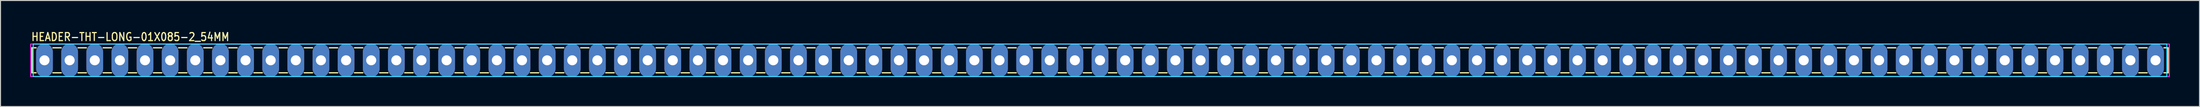
<source format=kicad_pcb>
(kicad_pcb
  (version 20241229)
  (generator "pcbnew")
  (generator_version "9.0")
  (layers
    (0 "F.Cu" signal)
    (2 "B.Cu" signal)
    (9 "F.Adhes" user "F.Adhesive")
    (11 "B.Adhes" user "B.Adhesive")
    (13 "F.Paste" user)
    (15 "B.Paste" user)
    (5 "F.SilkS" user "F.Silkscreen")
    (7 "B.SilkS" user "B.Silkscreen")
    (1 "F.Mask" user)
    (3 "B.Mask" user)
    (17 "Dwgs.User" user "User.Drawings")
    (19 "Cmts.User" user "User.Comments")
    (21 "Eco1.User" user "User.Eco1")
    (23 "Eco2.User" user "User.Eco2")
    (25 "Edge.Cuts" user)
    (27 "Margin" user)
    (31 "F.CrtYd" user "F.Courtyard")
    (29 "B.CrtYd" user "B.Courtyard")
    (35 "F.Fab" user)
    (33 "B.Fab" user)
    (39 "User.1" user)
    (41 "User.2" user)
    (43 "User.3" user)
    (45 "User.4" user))
  (footprint "HEADER-THT-LONG-01X085-2_54MM"
    (layer "F.Cu")
    (at 1.447 3.079)
    (property "Reference" "HEADER-THT-LONG-01X085-2_54MM" (at -1.4 -1.9 0) (unlocked yes) (layer "F.SilkS") (effects (font (size 0.813 0.695) (thickness 0.122)) (justify left bottom)))
    (fp_line (start -1.27 -1.27) (end -1.27 1.27) (stroke (width 0.127) (type solid)) (layer "F.SilkS"))
    (fp_line (start -1.27 1.27) (end -0.85 1.27) (stroke (width 0.127) (type solid)) (layer "F.SilkS"))
    (fp_line (start -0.85 -1.27) (end -1.27 -1.27) (stroke (width 0.127) (type solid)) (layer "F.SilkS"))
    (fp_line (start 0.85 -1.27) (end 1.69 -1.27) (stroke (width 0.127) (type solid)) (layer "F.SilkS"))
    (fp_line (start 0.85 1.27) (end 1.69 1.27) (stroke (width 0.127) (type solid)) (layer "F.SilkS"))
    (fp_line (start 3.39 -1.27) (end 4.23 -1.27) (stroke (width 0.127) (type solid)) (layer "F.SilkS"))
    (fp_line (start 3.39 1.27) (end 4.23 1.27) (stroke (width 0.127) (type solid)) (layer "F.SilkS"))
    (fp_line (start 5.93 -1.27) (end 6.77 -1.27) (stroke (width 0.127) (type solid)) (layer "F.SilkS"))
    (fp_line (start 5.93 1.27) (end 6.77 1.27) (stroke (width 0.127) (type solid)) (layer "F.SilkS"))
    (fp_line (start 8.47 -1.27) (end 9.31 -1.27) (stroke (width 0.127) (type solid)) (layer "F.SilkS"))
    (fp_line (start 8.47 1.27) (end 9.31 1.27) (stroke (width 0.127) (type solid)) (layer "F.SilkS"))
    (fp_line (start 11.01 -1.27) (end 11.85 -1.27) (stroke (width 0.127) (type solid)) (layer "F.SilkS"))
    (fp_line (start 11.01 1.27) (end 11.85 1.27) (stroke (width 0.127) (type solid)) (layer "F.SilkS"))
    (fp_line (start 13.55 -1.27) (end 14.39 -1.27) (stroke (width 0.127) (type solid)) (layer "F.SilkS"))
    (fp_line (start 13.55 1.27) (end 14.39 1.27) (stroke (width 0.127) (type solid)) (layer "F.SilkS"))
    (fp_line (start 16.09 -1.27) (end 16.93 -1.27) (stroke (width 0.127) (type solid)) (layer "F.SilkS"))
    (fp_line (start 16.09 1.27) (end 16.93 1.27) (stroke (width 0.127) (type solid)) (layer "F.SilkS"))
    (fp_line (start 18.63 -1.27) (end 19.47 -1.27) (stroke (width 0.127) (type solid)) (layer "F.SilkS"))
    (fp_line (start 18.63 1.27) (end 19.47 1.27) (stroke (width 0.127) (type solid)) (layer "F.SilkS"))
    (fp_line (start 21.17 -1.27) (end 22.01 -1.27) (stroke (width 0.127) (type solid)) (layer "F.SilkS"))
    (fp_line (start 21.17 1.27) (end 22.01 1.27) (stroke (width 0.127) (type solid)) (layer "F.SilkS"))
    (fp_line (start 23.71 -1.27) (end 24.55 -1.27) (stroke (width 0.127) (type solid)) (layer "F.SilkS"))
    (fp_line (start 23.71 1.27) (end 24.55 1.27) (stroke (width 0.127) (type solid)) (layer "F.SilkS"))
    (fp_line (start 26.25 -1.27) (end 27.09 -1.27) (stroke (width 0.127) (type solid)) (layer "F.SilkS"))
    (fp_line (start 26.25 1.27) (end 27.09 1.27) (stroke (width 0.127) (type solid)) (layer "F.SilkS"))
    (fp_line (start 28.79 -1.27) (end 29.63 -1.27) (stroke (width 0.127) (type solid)) (layer "F.SilkS"))
    (fp_line (start 28.79 1.27) (end 29.63 1.27) (stroke (width 0.127) (type solid)) (layer "F.SilkS"))
    (fp_line (start 31.33 -1.27) (end 32.17 -1.27) (stroke (width 0.127) (type solid)) (layer "F.SilkS"))
    (fp_line (start 31.33 1.27) (end 32.17 1.27) (stroke (width 0.127) (type solid)) (layer "F.SilkS"))
    (fp_line (start 33.87 -1.27) (end 34.71 -1.27) (stroke (width 0.127) (type solid)) (layer "F.SilkS"))
    (fp_line (start 33.87 1.27) (end 34.71 1.27) (stroke (width 0.127) (type solid)) (layer "F.SilkS"))
    (fp_line (start 36.41 -1.27) (end 37.25 -1.27) (stroke (width 0.127) (type solid)) (layer "F.SilkS"))
    (fp_line (start 36.41 1.27) (end 37.25 1.27) (stroke (width 0.127) (type solid)) (layer "F.SilkS"))
    (fp_line (start 38.95 -1.27) (end 39.79 -1.27) (stroke (width 0.127) (type solid)) (layer "F.SilkS"))
    (fp_line (start 38.95 1.27) (end 39.79 1.27) (stroke (width 0.127) (type solid)) (layer "F.SilkS"))
    (fp_line (start 41.49 -1.27) (end 42.33 -1.27) (stroke (width 0.127) (type solid)) (layer "F.SilkS"))
    (fp_line (start 41.49 1.27) (end 42.33 1.27) (stroke (width 0.127) (type solid)) (layer "F.SilkS"))
    (fp_line (start 44.03 -1.27) (end 44.87 -1.27) (stroke (width 0.127) (type solid)) (layer "F.SilkS"))
    (fp_line (start 44.03 1.27) (end 44.87 1.27) (stroke (width 0.127) (type solid)) (layer "F.SilkS"))
    (fp_line (start 46.57 -1.27) (end 47.41 -1.27) (stroke (width 0.127) (type solid)) (layer "F.SilkS"))
    (fp_line (start 46.57 1.27) (end 47.41 1.27) (stroke (width 0.127) (type solid)) (layer "F.SilkS"))
    (fp_line (start 49.11 -1.27) (end 49.95 -1.27) (stroke (width 0.127) (type solid)) (layer "F.SilkS"))
    (fp_line (start 49.11 1.27) (end 49.95 1.27) (stroke (width 0.127) (type solid)) (layer "F.SilkS"))
    (fp_line (start 51.65 -1.27) (end 52.49 -1.27) (stroke (width 0.127) (type solid)) (layer "F.SilkS"))
    (fp_line (start 51.65 1.27) (end 52.49 1.27) (stroke (width 0.127) (type solid)) (layer "F.SilkS"))
    (fp_line (start 54.19 -1.27) (end 55.03 -1.27) (stroke (width 0.127) (type solid)) (layer "F.SilkS"))
    (fp_line (start 54.19 1.27) (end 55.03 1.27) (stroke (width 0.127) (type solid)) (layer "F.SilkS"))
    (fp_line (start 56.73 -1.27) (end 57.57 -1.27) (stroke (width 0.127) (type solid)) (layer "F.SilkS"))
    (fp_line (start 56.73 1.27) (end 57.57 1.27) (stroke (width 0.127) (type solid)) (layer "F.SilkS"))
    (fp_line (start 59.27 -1.27) (end 60.11 -1.27) (stroke (width 0.127) (type solid)) (layer "F.SilkS"))
    (fp_line (start 59.27 1.27) (end 60.11 1.27) (stroke (width 0.127) (type solid)) (layer "F.SilkS"))
    (fp_line (start 61.81 -1.27) (end 62.65 -1.27) (stroke (width 0.127) (type solid)) (layer "F.SilkS"))
    (fp_line (start 61.81 1.27) (end 62.65 1.27) (stroke (width 0.127) (type solid)) (layer "F.SilkS"))
    (fp_line (start 64.35 -1.27) (end 65.19 -1.27) (stroke (width 0.127) (type solid)) (layer "F.SilkS"))
    (fp_line (start 64.35 1.27) (end 65.19 1.27) (stroke (width 0.127) (type solid)) (layer "F.SilkS"))
    (fp_line (start 66.89 -1.27) (end 67.73 -1.27) (stroke (width 0.127) (type solid)) (layer "F.SilkS"))
    (fp_line (start 66.89 1.27) (end 67.73 1.27) (stroke (width 0.127) (type solid)) (layer "F.SilkS"))
    (fp_line (start 69.43 -1.27) (end 70.27 -1.27) (stroke (width 0.127) (type solid)) (layer "F.SilkS"))
    (fp_line (start 69.43 1.27) (end 70.27 1.27) (stroke (width 0.127) (type solid)) (layer "F.SilkS"))
    (fp_line (start 71.97 -1.27) (end 72.81 -1.27) (stroke (width 0.127) (type solid)) (layer "F.SilkS"))
    (fp_line (start 71.97 1.27) (end 72.81 1.27) (stroke (width 0.127) (type solid)) (layer "F.SilkS"))
    (fp_line (start 74.51 -1.27) (end 75.35 -1.27) (stroke (width 0.127) (type solid)) (layer "F.SilkS"))
    (fp_line (start 74.51 1.27) (end 75.35 1.27) (stroke (width 0.127) (type solid)) (layer "F.SilkS"))
    (fp_line (start 77.05 -1.27) (end 77.89 -1.27) (stroke (width 0.127) (type solid)) (layer "F.SilkS"))
    (fp_line (start 77.05 1.27) (end 77.89 1.27) (stroke (width 0.127) (type solid)) (layer "F.SilkS"))
    (fp_line (start 79.59 -1.27) (end 80.43 -1.27) (stroke (width 0.127) (type solid)) (layer "F.SilkS"))
    (fp_line (start 79.59 1.27) (end 80.43 1.27) (stroke (width 0.127) (type solid)) (layer "F.SilkS"))
    (fp_line (start 82.13 -1.27) (end 82.97 -1.27) (stroke (width 0.127) (type solid)) (layer "F.SilkS"))
    (fp_line (start 82.13 1.27) (end 82.97 1.27) (stroke (width 0.127) (type solid)) (layer "F.SilkS"))
    (fp_line (start 84.67 -1.27) (end 85.51 -1.27) (stroke (width 0.127) (type solid)) (layer "F.SilkS"))
    (fp_line (start 84.67 1.27) (end 85.51 1.27) (stroke (width 0.127) (type solid)) (layer "F.SilkS"))
    (fp_line (start 87.21 -1.27) (end 88.05 -1.27) (stroke (width 0.127) (type solid)) (layer "F.SilkS"))
    (fp_line (start 87.21 1.27) (end 88.05 1.27) (stroke (width 0.127) (type solid)) (layer "F.SilkS"))
    (fp_line (start 89.75 -1.27) (end 90.59 -1.27) (stroke (width 0.127) (type solid)) (layer "F.SilkS"))
    (fp_line (start 89.75 1.27) (end 90.59 1.27) (stroke (width 0.127) (type solid)) (layer "F.SilkS"))
    (fp_line (start 92.29 -1.27) (end 93.13 -1.27) (stroke (width 0.127) (type solid)) (layer "F.SilkS"))
    (fp_line (start 92.29 1.27) (end 93.13 1.27) (stroke (width 0.127) (type solid)) (layer "F.SilkS"))
    (fp_line (start 94.83 -1.27) (end 95.67 -1.27) (stroke (width 0.127) (type solid)) (layer "F.SilkS"))
    (fp_line (start 94.83 1.27) (end 95.67 1.27) (stroke (width 0.127) (type solid)) (layer "F.SilkS"))
    (fp_line (start 97.37 -1.27) (end 98.21 -1.27) (stroke (width 0.127) (type solid)) (layer "F.SilkS"))
    (fp_line (start 97.37 1.27) (end 98.21 1.27) (stroke (width 0.127) (type solid)) (layer "F.SilkS"))
    (fp_line (start 99.91 -1.27) (end 100.75 -1.27) (stroke (width 0.127) (type solid)) (layer "F.SilkS"))
    (fp_line (start 99.91 1.27) (end 100.75 1.27) (stroke (width 0.127) (type solid)) (layer "F.SilkS"))
    (fp_line (start 102.45 -1.27) (end 103.29 -1.27) (stroke (width 0.127) (type solid)) (layer "F.SilkS"))
    (fp_line (start 102.45 1.27) (end 103.29 1.27) (stroke (width 0.127) (type solid)) (layer "F.SilkS"))
    (fp_line (start 104.99 -1.27) (end 105.83 -1.27) (stroke (width 0.127) (type solid)) (layer "F.SilkS"))
    (fp_line (start 104.99 1.27) (end 105.83 1.27) (stroke (width 0.127) (type solid)) (layer "F.SilkS"))
    (fp_line (start 107.53 -1.27) (end 108.37 -1.27) (stroke (width 0.127) (type solid)) (layer "F.SilkS"))
    (fp_line (start 107.53 1.27) (end 108.37 1.27) (stroke (width 0.127) (type solid)) (layer "F.SilkS"))
    (fp_line (start 110.07 -1.27) (end 110.91 -1.27) (stroke (width 0.127) (type solid)) (layer "F.SilkS"))
    (fp_line (start 110.07 1.27) (end 110.91 1.27) (stroke (width 0.127) (type solid)) (layer "F.SilkS"))
    (fp_line (start 112.61 -1.27) (end 113.45 -1.27) (stroke (width 0.127) (type solid)) (layer "F.SilkS"))
    (fp_line (start 112.61 1.27) (end 113.45 1.27) (stroke (width 0.127) (type solid)) (layer "F.SilkS"))
    (fp_line (start 115.15 -1.27) (end 115.99 -1.27) (stroke (width 0.127) (type solid)) (layer "F.SilkS"))
    (fp_line (start 115.15 1.27) (end 115.99 1.27) (stroke (width 0.127) (type solid)) (layer "F.SilkS"))
    (fp_line (start 117.69 -1.27) (end 118.53 -1.27) (stroke (width 0.127) (type solid)) (layer "F.SilkS"))
    (fp_line (start 117.69 1.27) (end 118.53 1.27) (stroke (width 0.127) (type solid)) (layer "F.SilkS"))
    (fp_line (start 120.23 -1.27) (end 121.07 -1.27) (stroke (width 0.127) (type solid)) (layer "F.SilkS"))
    (fp_line (start 120.23 1.27) (end 121.07 1.27) (stroke (width 0.127) (type solid)) (layer "F.SilkS"))
    (fp_line (start 122.77 -1.27) (end 123.61 -1.27) (stroke (width 0.127) (type solid)) (layer "F.SilkS"))
    (fp_line (start 122.77 1.27) (end 123.61 1.27) (stroke (width 0.127) (type solid)) (layer "F.SilkS"))
    (fp_line (start 125.31 -1.27) (end 126.15 -1.27) (stroke (width 0.127) (type solid)) (layer "F.SilkS"))
    (fp_line (start 125.31 1.27) (end 126.15 1.27) (stroke (width 0.127) (type solid)) (layer "F.SilkS"))
    (fp_line (start 127.85 -1.27) (end 128.69 -1.27) (stroke (width 0.127) (type solid)) (layer "F.SilkS"))
    (fp_line (start 127.85 1.27) (end 128.69 1.27) (stroke (width 0.127) (type solid)) (layer "F.SilkS"))
    (fp_line (start 130.39 -1.27) (end 131.23 -1.27) (stroke (width 0.127) (type solid)) (layer "F.SilkS"))
    (fp_line (start 130.39 1.27) (end 131.23 1.27) (stroke (width 0.127) (type solid)) (layer "F.SilkS"))
    (fp_line (start 132.93 -1.27) (end 133.77 -1.27) (stroke (width 0.127) (type solid)) (layer "F.SilkS"))
    (fp_line (start 132.93 1.27) (end 133.77 1.27) (stroke (width 0.127) (type solid)) (layer "F.SilkS"))
    (fp_line (start 135.47 -1.27) (end 136.31 -1.27) (stroke (width 0.127) (type solid)) (layer "F.SilkS"))
    (fp_line (start 135.47 1.27) (end 136.31 1.27) (stroke (width 0.127) (type solid)) (layer "F.SilkS"))
    (fp_line (start 138.01 -1.27) (end 138.85 -1.27) (stroke (width 0.127) (type solid)) (layer "F.SilkS"))
    (fp_line (start 138.01 1.27) (end 138.85 1.27) (stroke (width 0.127) (type solid)) (layer "F.SilkS"))
    (fp_line (start 140.55 -1.27) (end 141.39 -1.27) (stroke (width 0.127) (type solid)) (layer "F.SilkS"))
    (fp_line (start 140.55 1.27) (end 141.39 1.27) (stroke (width 0.127) (type solid)) (layer "F.SilkS"))
    (fp_line (start 143.09 -1.27) (end 143.93 -1.27) (stroke (width 0.127) (type solid)) (layer "F.SilkS"))
    (fp_line (start 143.09 1.27) (end 143.93 1.27) (stroke (width 0.127) (type solid)) (layer "F.SilkS"))
    (fp_line (start 145.63 -1.27) (end 146.47 -1.27) (stroke (width 0.127) (type solid)) (layer "F.SilkS"))
    (fp_line (start 145.63 1.27) (end 146.47 1.27) (stroke (width 0.127) (type solid)) (layer "F.SilkS"))
    (fp_line (start 148.17 -1.27) (end 149.01 -1.27) (stroke (width 0.127) (type solid)) (layer "F.SilkS"))
    (fp_line (start 148.17 1.27) (end 149.01 1.27) (stroke (width 0.127) (type solid)) (layer "F.SilkS"))
    (fp_line (start 150.71 -1.27) (end 151.55 -1.27) (stroke (width 0.127) (type solid)) (layer "F.SilkS"))
    (fp_line (start 150.71 1.27) (end 151.55 1.27) (stroke (width 0.127) (type solid)) (layer "F.SilkS"))
    (fp_line (start 153.25 -1.27) (end 154.09 -1.27) (stroke (width 0.127) (type solid)) (layer "F.SilkS"))
    (fp_line (start 153.25 1.27) (end 154.09 1.27) (stroke (width 0.127) (type solid)) (layer "F.SilkS"))
    (fp_line (start 155.79 -1.27) (end 156.63 -1.27) (stroke (width 0.127) (type solid)) (layer "F.SilkS"))
    (fp_line (start 155.79 1.27) (end 156.63 1.27) (stroke (width 0.127) (type solid)) (layer "F.SilkS"))
    (fp_line (start 158.33 -1.27) (end 159.17 -1.27) (stroke (width 0.127) (type solid)) (layer "F.SilkS"))
    (fp_line (start 158.33 1.27) (end 159.17 1.27) (stroke (width 0.127) (type solid)) (layer "F.SilkS"))
    (fp_line (start 160.87 -1.27) (end 161.71 -1.27) (stroke (width 0.127) (type solid)) (layer "F.SilkS"))
    (fp_line (start 160.87 1.27) (end 161.71 1.27) (stroke (width 0.127) (type solid)) (layer "F.SilkS"))
    (fp_line (start 163.41 -1.27) (end 164.25 -1.27) (stroke (width 0.127) (type solid)) (layer "F.SilkS"))
    (fp_line (start 163.41 1.27) (end 164.25 1.27) (stroke (width 0.127) (type solid)) (layer "F.SilkS"))
    (fp_line (start 165.95 -1.27) (end 166.79 -1.27) (stroke (width 0.127) (type solid)) (layer "F.SilkS"))
    (fp_line (start 165.95 1.27) (end 166.79 1.27) (stroke (width 0.127) (type solid)) (layer "F.SilkS"))
    (fp_line (start 168.49 -1.27) (end 169.33 -1.27) (stroke (width 0.127) (type solid)) (layer "F.SilkS"))
    (fp_line (start 168.49 1.27) (end 169.33 1.27) (stroke (width 0.127) (type solid)) (layer "F.SilkS"))
    (fp_line (start 171.03 -1.27) (end 171.87 -1.27) (stroke (width 0.127) (type solid)) (layer "F.SilkS"))
    (fp_line (start 171.03 1.27) (end 171.87 1.27) (stroke (width 0.127) (type solid)) (layer "F.SilkS"))
    (fp_line (start 173.57 -1.27) (end 174.41 -1.27) (stroke (width 0.127) (type solid)) (layer "F.SilkS"))
    (fp_line (start 173.57 1.27) (end 174.41 1.27) (stroke (width 0.127) (type solid)) (layer "F.SilkS"))
    (fp_line (start 176.11 -1.27) (end 176.95 -1.27) (stroke (width 0.127) (type solid)) (layer "F.SilkS"))
    (fp_line (start 176.11 1.27) (end 176.95 1.27) (stroke (width 0.127) (type solid)) (layer "F.SilkS"))
    (fp_line (start 178.65 -1.27) (end 179.49 -1.27) (stroke (width 0.127) (type solid)) (layer "F.SilkS"))
    (fp_line (start 178.65 1.27) (end 179.49 1.27) (stroke (width 0.127) (type solid)) (layer "F.SilkS"))
    (fp_line (start 181.19 -1.27) (end 182.03 -1.27) (stroke (width 0.127) (type solid)) (layer "F.SilkS"))
    (fp_line (start 181.19 1.27) (end 182.03 1.27) (stroke (width 0.127) (type solid)) (layer "F.SilkS"))
    (fp_line (start 183.73 -1.27) (end 184.57 -1.27) (stroke (width 0.127) (type solid)) (layer "F.SilkS"))
    (fp_line (start 183.73 1.27) (end 184.57 1.27) (stroke (width 0.127) (type solid)) (layer "F.SilkS"))
    (fp_line (start 186.27 -1.27) (end 187.11 -1.27) (stroke (width 0.127) (type solid)) (layer "F.SilkS"))
    (fp_line (start 186.27 1.27) (end 187.11 1.27) (stroke (width 0.127) (type solid)) (layer "F.SilkS"))
    (fp_line (start 188.81 -1.27) (end 189.65 -1.27) (stroke (width 0.127) (type solid)) (layer "F.SilkS"))
    (fp_line (start 188.81 1.27) (end 189.65 1.27) (stroke (width 0.127) (type solid)) (layer "F.SilkS"))
    (fp_line (start 191.35 -1.27) (end 192.19 -1.27) (stroke (width 0.127) (type solid)) (layer "F.SilkS"))
    (fp_line (start 191.35 1.27) (end 192.19 1.27) (stroke (width 0.127) (type solid)) (layer "F.SilkS"))
    (fp_line (start 193.89 -1.27) (end 194.73 -1.27) (stroke (width 0.127) (type solid)) (layer "F.SilkS"))
    (fp_line (start 193.89 1.27) (end 194.73 1.27) (stroke (width 0.127) (type solid)) (layer "F.SilkS"))
    (fp_line (start 196.43 -1.27) (end 197.27 -1.27) (stroke (width 0.127) (type solid)) (layer "F.SilkS"))
    (fp_line (start 196.43 1.27) (end 197.27 1.27) (stroke (width 0.127) (type solid)) (layer "F.SilkS"))
    (fp_line (start 198.97 -1.27) (end 199.81 -1.27) (stroke (width 0.127) (type solid)) (layer "F.SilkS"))
    (fp_line (start 198.97 1.27) (end 199.81 1.27) (stroke (width 0.127) (type solid)) (layer "F.SilkS"))
    (fp_line (start 201.51 -1.27) (end 202.35 -1.27) (stroke (width 0.127) (type solid)) (layer "F.SilkS"))
    (fp_line (start 201.51 1.27) (end 202.35 1.27) (stroke (width 0.127) (type solid)) (layer "F.SilkS"))
    (fp_line (start 204.05 -1.27) (end 204.89 -1.27) (stroke (width 0.127) (type solid)) (layer "F.SilkS"))
    (fp_line (start 204.05 1.27) (end 204.89 1.27) (stroke (width 0.127) (type solid)) (layer "F.SilkS"))
    (fp_line (start 206.59 -1.27) (end 207.43 -1.27) (stroke (width 0.127) (type solid)) (layer "F.SilkS"))
    (fp_line (start 206.59 1.27) (end 207.43 1.27) (stroke (width 0.127) (type solid)) (layer "F.SilkS"))
    (fp_line (start 209.13 -1.27) (end 209.97 -1.27) (stroke (width 0.127) (type solid)) (layer "F.SilkS"))
    (fp_line (start 209.13 1.27) (end 209.97 1.27) (stroke (width 0.127) (type solid)) (layer "F.SilkS"))
    (fp_line (start 211.67 -1.27) (end 212.51 -1.27) (stroke (width 0.127) (type solid)) (layer "F.SilkS"))
    (fp_line (start 211.67 1.27) (end 212.51 1.27) (stroke (width 0.127) (type solid)) (layer "F.SilkS"))
    (fp_line (start 214.21 -1.27) (end 214.63 -1.27) (stroke (width 0.127) (type solid)) (layer "F.SilkS"))
    (fp_line (start 214.63 -1.27) (end 214.63 1.27) (stroke (width 0.127) (type solid)) (layer "F.SilkS"))
    (fp_line (start 214.63 1.27) (end 214.21 1.27) (stroke (width 0.127) (type solid)) (layer "F.SilkS"))
    (fp_poly (pts (xy -1.143 -1.651) (xy 214.503 -1.651) (xy 214.503 1.651) (xy -1.143 1.651)) (stroke (width 0.1) (type solid)) (fill no) (layer "B.CrtYd"))
    (fp_poly (pts (xy -1.397 -1.651) (xy 214.757 -1.651) (xy 214.757 1.651) (xy -1.397 1.651)) (stroke (width 0.1) (type solid)) (fill no) (layer "F.CrtYd"))
    (pad "1" thru_hole oval (at 0 0 90) (size 3.387 1.693) (drill 1.016) (layers "*.Cu" "*.Mask"))
    (pad "2" thru_hole oval (at 2.54 0 90) (size 3.387 1.693) (drill 1.016) (layers "*.Cu" "*.Mask"))
    (pad "3" thru_hole oval (at 5.08 0 90) (size 3.387 1.693) (drill 1.016) (layers "*.Cu" "*.Mask"))
    (pad "4" thru_hole oval (at 7.62 0 90) (size 3.387 1.693) (drill 1.016) (layers "*.Cu" "*.Mask"))
    (pad "5" thru_hole oval (at 10.16 0 90) (size 3.387 1.693) (drill 1.016) (layers "*.Cu" "*.Mask"))
    (pad "6" thru_hole oval (at 12.7 0 90) (size 3.387 1.693) (drill 1.016) (layers "*.Cu" "*.Mask"))
    (pad "7" thru_hole oval (at 15.24 0 90) (size 3.387 1.693) (drill 1.016) (layers "*.Cu" "*.Mask"))
    (pad "8" thru_hole oval (at 17.78 0 90) (size 3.387 1.693) (drill 1.016) (layers "*.Cu" "*.Mask"))
    (pad "9" thru_hole oval (at 20.32 0 90) (size 3.387 1.693) (drill 1.016) (layers "*.Cu" "*.Mask"))
    (pad "10" thru_hole oval (at 22.86 0 90) (size 3.387 1.693) (drill 1.016) (layers "*.Cu" "*.Mask"))
    (pad "11" thru_hole oval (at 25.4 0 90) (size 3.387 1.693) (drill 1.016) (layers "*.Cu" "*.Mask"))
    (pad "12" thru_hole oval (at 27.94 0 90) (size 3.387 1.693) (drill 1.016) (layers "*.Cu" "*.Mask"))
    (pad "13" thru_hole oval (at 30.48 0 90) (size 3.387 1.693) (drill 1.016) (layers "*.Cu" "*.Mask"))
    (pad "14" thru_hole oval (at 33.02 0 90) (size 3.387 1.693) (drill 1.016) (layers "*.Cu" "*.Mask"))
    (pad "15" thru_hole oval (at 35.56 0 90) (size 3.387 1.693) (drill 1.016) (layers "*.Cu" "*.Mask"))
    (pad "16" thru_hole oval (at 38.1 0 90) (size 3.387 1.693) (drill 1.016) (layers "*.Cu" "*.Mask"))
    (pad "17" thru_hole oval (at 40.64 0 90) (size 3.387 1.693) (drill 1.016) (layers "*.Cu" "*.Mask"))
    (pad "18" thru_hole oval (at 43.18 0 90) (size 3.387 1.693) (drill 1.016) (layers "*.Cu" "*.Mask"))
    (pad "19" thru_hole oval (at 45.72 0 90) (size 3.387 1.693) (drill 1.016) (layers "*.Cu" "*.Mask"))
    (pad "20" thru_hole oval (at 48.26 0 90) (size 3.387 1.693) (drill 1.016) (layers "*.Cu" "*.Mask"))
    (pad "21" thru_hole oval (at 50.8 0 90) (size 3.387 1.693) (drill 1.016) (layers "*.Cu" "*.Mask"))
    (pad "22" thru_hole oval (at 53.34 0 90) (size 3.387 1.693) (drill 1.016) (layers "*.Cu" "*.Mask"))
    (pad "23" thru_hole oval (at 55.88 0 90) (size 3.387 1.693) (drill 1.016) (layers "*.Cu" "*.Mask"))
    (pad "24" thru_hole oval (at 58.42 0 90) (size 3.387 1.693) (drill 1.016) (layers "*.Cu" "*.Mask"))
    (pad "25" thru_hole oval (at 60.96 0 90) (size 3.387 1.693) (drill 1.016) (layers "*.Cu" "*.Mask"))
    (pad "26" thru_hole oval (at 63.5 0 90) (size 3.387 1.693) (drill 1.016) (layers "*.Cu" "*.Mask"))
    (pad "27" thru_hole oval (at 66.04 0 90) (size 3.387 1.693) (drill 1.016) (layers "*.Cu" "*.Mask"))
    (pad "28" thru_hole oval (at 68.58 0 90) (size 3.387 1.693) (drill 1.016) (layers "*.Cu" "*.Mask"))
    (pad "29" thru_hole oval (at 71.12 0 90) (size 3.387 1.693) (drill 1.016) (layers "*.Cu" "*.Mask"))
    (pad "30" thru_hole oval (at 73.66 0 90) (size 3.387 1.693) (drill 1.016) (layers "*.Cu" "*.Mask"))
    (pad "31" thru_hole oval (at 76.2 0 90) (size 3.387 1.693) (drill 1.016) (layers "*.Cu" "*.Mask"))
    (pad "32" thru_hole oval (at 78.74 0 90) (size 3.387 1.693) (drill 1.016) (layers "*.Cu" "*.Mask"))
    (pad "33" thru_hole oval (at 81.28 0 90) (size 3.387 1.693) (drill 1.016) (layers "*.Cu" "*.Mask"))
    (pad "34" thru_hole oval (at 83.82 0 90) (size 3.387 1.693) (drill 1.016) (layers "*.Cu" "*.Mask"))
    (pad "35" thru_hole oval (at 86.36 0 90) (size 3.387 1.693) (drill 1.016) (layers "*.Cu" "*.Mask"))
    (pad "36" thru_hole oval (at 88.9 0 90) (size 3.387 1.693) (drill 1.016) (layers "*.Cu" "*.Mask"))
    (pad "37" thru_hole oval (at 91.44 0 90) (size 3.387 1.693) (drill 1.016) (layers "*.Cu" "*.Mask"))
    (pad "38" thru_hole oval (at 93.98 0 90) (size 3.387 1.693) (drill 1.016) (layers "*.Cu" "*.Mask"))
    (pad "39" thru_hole oval (at 96.52 0 90) (size 3.387 1.693) (drill 1.016) (layers "*.Cu" "*.Mask"))
    (pad "40" thru_hole oval (at 99.06 0 90) (size 3.387 1.693) (drill 1.016) (layers "*.Cu" "*.Mask"))
    (pad "41" thru_hole oval (at 101.6 0 90) (size 3.387 1.693) (drill 1.016) (layers "*.Cu" "*.Mask"))
    (pad "42" thru_hole oval (at 104.14 0 90) (size 3.387 1.693) (drill 1.016) (layers "*.Cu" "*.Mask"))
    (pad "43" thru_hole oval (at 106.68 0 90) (size 3.387 1.693) (drill 1.016) (layers "*.Cu" "*.Mask"))
    (pad "44" thru_hole oval (at 109.22 0 90) (size 3.387 1.693) (drill 1.016) (layers "*.Cu" "*.Mask"))
    (pad "45" thru_hole oval (at 111.76 0 90) (size 3.387 1.693) (drill 1.016) (layers "*.Cu" "*.Mask"))
    (pad "46" thru_hole oval (at 114.3 0 90) (size 3.387 1.693) (drill 1.016) (layers "*.Cu" "*.Mask"))
    (pad "47" thru_hole oval (at 116.84 0 90) (size 3.387 1.693) (drill 1.016) (layers "*.Cu" "*.Mask"))
    (pad "48" thru_hole oval (at 119.38 0 90) (size 3.387 1.693) (drill 1.016) (layers "*.Cu" "*.Mask"))
    (pad "49" thru_hole oval (at 121.92 0 90) (size 3.387 1.693) (drill 1.016) (layers "*.Cu" "*.Mask"))
    (pad "50" thru_hole oval (at 124.46 0 90) (size 3.387 1.693) (drill 1.016) (layers "*.Cu" "*.Mask"))
    (pad "51" thru_hole oval (at 127 0 90) (size 3.387 1.693) (drill 1.016) (layers "*.Cu" "*.Mask"))
    (pad "52" thru_hole oval (at 129.54 0 90) (size 3.387 1.693) (drill 1.016) (layers "*.Cu" "*.Mask"))
    (pad "53" thru_hole oval (at 132.08 0 90) (size 3.387 1.693) (drill 1.016) (layers "*.Cu" "*.Mask"))
    (pad "54" thru_hole oval (at 134.62 0 90) (size 3.387 1.693) (drill 1.016) (layers "*.Cu" "*.Mask"))
    (pad "55" thru_hole oval (at 137.16 0 90) (size 3.387 1.693) (drill 1.016) (layers "*.Cu" "*.Mask"))
    (pad "56" thru_hole oval (at 139.7 0 90) (size 3.387 1.693) (drill 1.016) (layers "*.Cu" "*.Mask"))
    (pad "57" thru_hole oval (at 142.24 0 90) (size 3.387 1.693) (drill 1.016) (layers "*.Cu" "*.Mask"))
    (pad "58" thru_hole oval (at 144.78 0 90) (size 3.387 1.693) (drill 1.016) (layers "*.Cu" "*.Mask"))
    (pad "59" thru_hole oval (at 147.32 0 90) (size 3.387 1.693) (drill 1.016) (layers "*.Cu" "*.Mask"))
    (pad "60" thru_hole oval (at 149.86 0 90) (size 3.387 1.693) (drill 1.016) (layers "*.Cu" "*.Mask"))
    (pad "61" thru_hole oval (at 152.4 0 90) (size 3.387 1.693) (drill 1.016) (layers "*.Cu" "*.Mask"))
    (pad "62" thru_hole oval (at 154.94 0 90) (size 3.387 1.693) (drill 1.016) (layers "*.Cu" "*.Mask"))
    (pad "63" thru_hole oval (at 157.48 0 90) (size 3.387 1.693) (drill 1.016) (layers "*.Cu" "*.Mask"))
    (pad "64" thru_hole oval (at 160.02 0 90) (size 3.387 1.693) (drill 1.016) (layers "*.Cu" "*.Mask"))
    (pad "65" thru_hole oval (at 162.56 0 90) (size 3.387 1.693) (drill 1.016) (layers "*.Cu" "*.Mask"))
    (pad "66" thru_hole oval (at 165.1 0 90) (size 3.387 1.693) (drill 1.016) (layers "*.Cu" "*.Mask"))
    (pad "67" thru_hole oval (at 167.64 0 90) (size 3.387 1.693) (drill 1.016) (layers "*.Cu" "*.Mask"))
    (pad "68" thru_hole oval (at 170.18 0 90) (size 3.387 1.693) (drill 1.016) (layers "*.Cu" "*.Mask"))
    (pad "69" thru_hole oval (at 172.72 0 90) (size 3.387 1.693) (drill 1.016) (layers "*.Cu" "*.Mask"))
    (pad "70" thru_hole oval (at 175.26 0 90) (size 3.387 1.693) (drill 1.016) (layers "*.Cu" "*.Mask"))
    (pad "71" thru_hole oval (at 177.8 0 90) (size 3.387 1.693) (drill 1.016) (layers "*.Cu" "*.Mask"))
    (pad "72" thru_hole oval (at 180.34 0 90) (size 3.387 1.693) (drill 1.016) (layers "*.Cu" "*.Mask"))
    (pad "73" thru_hole oval (at 182.88 0 90) (size 3.387 1.693) (drill 1.016) (layers "*.Cu" "*.Mask"))
    (pad "74" thru_hole oval (at 185.42 0 90) (size 3.387 1.693) (drill 1.016) (layers "*.Cu" "*.Mask"))
    (pad "75" thru_hole oval (at 187.96 0 90) (size 3.387 1.693) (drill 1.016) (layers "*.Cu" "*.Mask"))
    (pad "76" thru_hole oval (at 190.5 0 90) (size 3.387 1.693) (drill 1.016) (layers "*.Cu" "*.Mask"))
    (pad "77" thru_hole oval (at 193.04 0 90) (size 3.387 1.693) (drill 1.016) (layers "*.Cu" "*.Mask"))
    (pad "78" thru_hole oval (at 195.58 0 90) (size 3.387 1.693) (drill 1.016) (layers "*.Cu" "*.Mask"))
    (pad "79" thru_hole oval (at 198.12 0 90) (size 3.387 1.693) (drill 1.016) (layers "*.Cu" "*.Mask"))
    (pad "80" thru_hole oval (at 200.66 0 90) (size 3.387 1.693) (drill 1.016) (layers "*.Cu" "*.Mask"))
    (pad "81" thru_hole oval (at 203.2 0 90) (size 3.387 1.693) (drill 1.016) (layers "*.Cu" "*.Mask"))
    (pad "82" thru_hole oval (at 205.74 0 90) (size 3.387 1.693) (drill 1.016) (layers "*.Cu" "*.Mask"))
    (pad "83" thru_hole oval (at 208.28 0 90) (size 3.387 1.693) (drill 1.016) (layers "*.Cu" "*.Mask"))
    (pad "84" thru_hole oval (at 210.82 0 90) (size 3.387 1.693) (drill 1.016) (layers "*.Cu" "*.Mask"))
    (pad "85" thru_hole oval (at 213.36 0 90) (size 3.387 1.693) (drill 1.016) (layers "*.Cu" "*.Mask")))
  (gr_rect
    (start -3 -3)
    (end 219.254 7.78)
    (stroke (width 0.1) (type default))
    (fill no)
    (layer "Edge.Cuts")))
</source>
